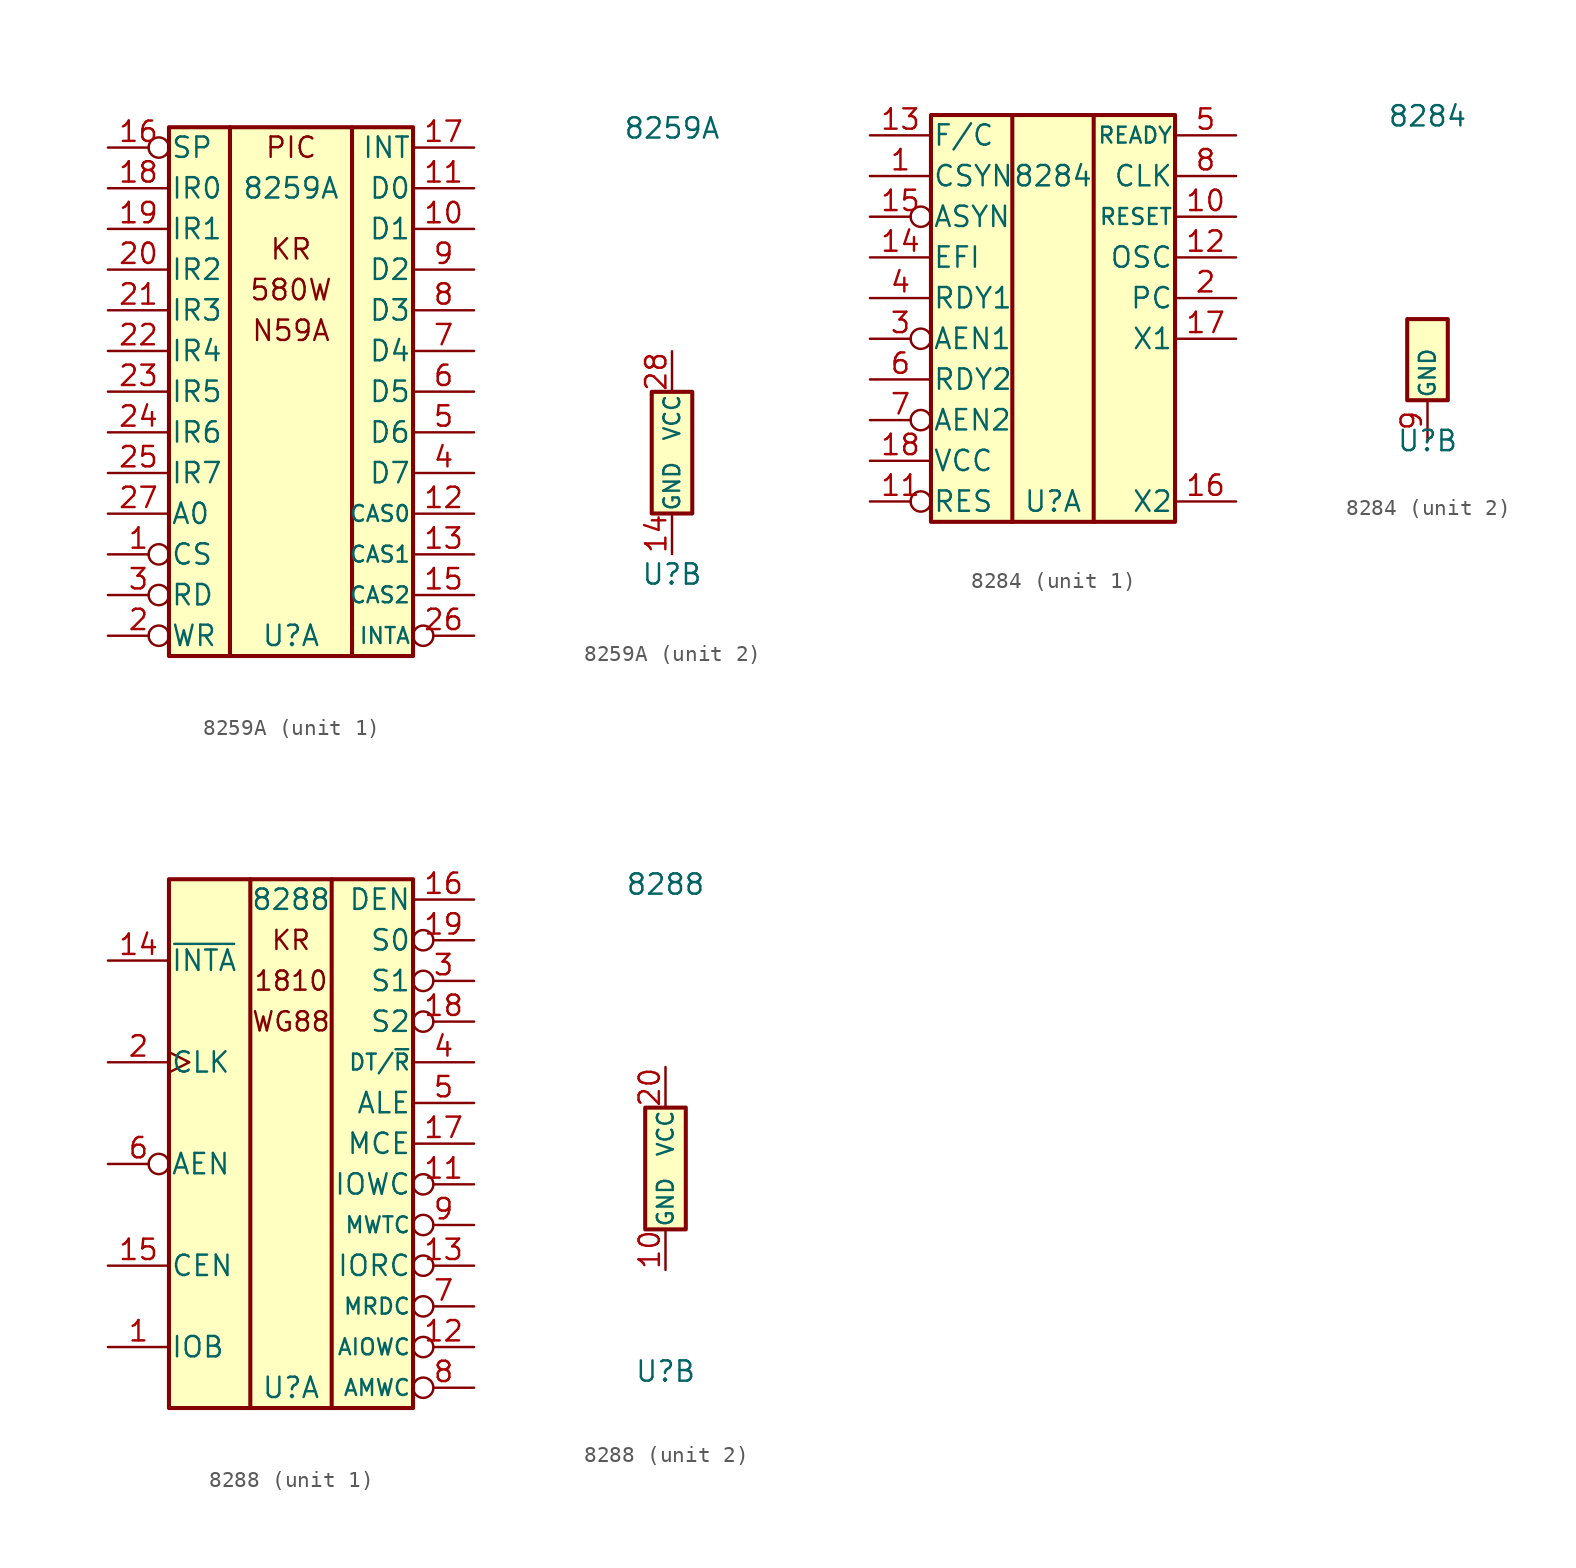
<source format=kicad_sym>
(kicad_symbol_lib
  (version 20211014)
  (generator kicad_symbol_editor)
  (symbol "8259A"
    (pin_names
      (offset 0.102))
    (property "Reference" "U"
      (at 0 -7.62 0)
      (effects (font (size 1.27 1.27))))
    (property "Value" "8259A"
      (at 0 20.32 0)
      (effects (font (size 1.27 1.27))))
    (property "ki_locked" ""
      (at 0 0 0)
      (effects (font (size 1.27 1.27))))
    (symbol "8259A_1_0"
      (rectangle (start -3.81 24.13) (end -3.81 -8.89) (stroke (width 0.254) (type default) (color 0 0 0 0)) (fill (type none)))
      (rectangle (start 3.81 24.13) (end 3.81 -8.89) (stroke (width 0.254) (type default) (color 0 0 0 0)) (fill (type none)))
      (text "580W" (at 0 13.97 0) (effects (font (size 1.27 1.27))))
      (text "KR" (at 0 16.51 0) (effects (font (size 1.27 1.27))))
      (text "N59A" (at 0 11.43 0) (effects (font (size 1.27 1.27))))
      (text "PIC" (at 0 22.86 0) (effects (font (size 1.27 1.27)))))
    (symbol "8259A_1_1"
      (rectangle (start -7.62 24.13) (end 7.62 -8.89) (stroke (width 0.254) (type default) (color 0 0 0 0)) (fill (type background)))
      (pin input inverted (at -11.43 -2.54 0) (length 3.81) (name "CS" (effects (font (size 1.27 1.27)))) (number "1" (effects (font (size 1.27 1.27)))))
      (pin bidirectional line (at 11.43 17.78 180) (length 3.81) (name "D1" (effects (font (size 1.27 1.27)))) (number "10" (effects (font (size 1.27 1.27)))))
      (pin bidirectional line (at 11.43 20.32 180) (length 3.81) (name "D0" (effects (font (size 1.27 1.27)))) (number "11" (effects (font (size 1.27 1.27)))))
      (pin input line (at 11.43 0 180) (length 3.81) (name "CAS0" (effects (font (size 0.991 0.991)))) (number "12" (effects (font (size 1.27 1.27)))))
      (pin output line (at 11.43 -2.54 180) (length 3.81) (name "CAS1" (effects (font (size 0.991 0.991)))) (number "13" (effects (font (size 1.27 1.27)))))
      (pin output line (at 11.43 -5.08 180) (length 3.81) (name "CAS2" (effects (font (size 0.991 0.991)))) (number "15" (effects (font (size 1.27 1.27)))))
      (pin bidirectional inverted (at -11.43 22.86 0) (length 3.81) (name "SP" (effects (font (size 1.27 1.27)))) (number "16" (effects (font (size 1.27 1.27)))))
      (pin output line (at 11.43 22.86 180) (length 3.81) (name "INT" (effects (font (size 1.27 1.27)))) (number "17" (effects (font (size 1.27 1.27)))))
      (pin input line (at -11.43 20.32 0) (length 3.81) (name "IR0" (effects (font (size 1.27 1.27)))) (number "18" (effects (font (size 1.27 1.27)))))
      (pin input line (at -11.43 17.78 0) (length 3.81) (name "IR1" (effects (font (size 1.27 1.27)))) (number "19" (effects (font (size 1.27 1.27)))))
      (pin input inverted (at -11.43 -7.62 0) (length 3.81) (name "WR" (effects (font (size 1.27 1.27)))) (number "2" (effects (font (size 1.27 1.27)))))
      (pin input line (at -11.43 15.24 0) (length 3.81) (name "IR2" (effects (font (size 1.27 1.27)))) (number "20" (effects (font (size 1.27 1.27)))))
      (pin input line (at -11.43 12.7 0) (length 3.81) (name "IR3" (effects (font (size 1.27 1.27)))) (number "21" (effects (font (size 1.27 1.27)))))
      (pin input line (at -11.43 10.16 0) (length 3.81) (name "IR4" (effects (font (size 1.27 1.27)))) (number "22" (effects (font (size 1.27 1.27)))))
      (pin input line (at -11.43 7.62 0) (length 3.81) (name "IR5" (effects (font (size 1.27 1.27)))) (number "23" (effects (font (size 1.27 1.27)))))
      (pin input line (at -11.43 5.08 0) (length 3.81) (name "IR6" (effects (font (size 1.27 1.27)))) (number "24" (effects (font (size 1.27 1.27)))))
      (pin input line (at -11.43 2.54 0) (length 3.81) (name "IR7" (effects (font (size 1.27 1.27)))) (number "25" (effects (font (size 1.27 1.27)))))
      (pin input inverted (at 11.43 -7.62 180) (length 3.81) (name "INTA" (effects (font (size 0.991 0.991)))) (number "26" (effects (font (size 1.27 1.27)))))
      (pin input line (at -11.43 0 0) (length 3.81) (name "A0" (effects (font (size 1.27 1.27)))) (number "27" (effects (font (size 1.27 1.27)))))
      (pin input inverted (at -11.43 -5.08 0) (length 3.81) (name "RD" (effects (font (size 1.27 1.27)))) (number "3" (effects (font (size 1.27 1.27)))))
      (pin bidirectional line (at 11.43 2.54 180) (length 3.81) (name "D7" (effects (font (size 1.27 1.27)))) (number "4" (effects (font (size 1.27 1.27)))))
      (pin bidirectional line (at 11.43 5.08 180) (length 3.81) (name "D6" (effects (font (size 1.27 1.27)))) (number "5" (effects (font (size 1.27 1.27)))))
      (pin bidirectional line (at 11.43 7.62 180) (length 3.81) (name "D5" (effects (font (size 1.27 1.27)))) (number "6" (effects (font (size 1.27 1.27)))))
      (pin bidirectional line (at 11.43 10.16 180) (length 3.81) (name "D4" (effects (font (size 1.27 1.27)))) (number "7" (effects (font (size 1.27 1.27)))))
      (pin bidirectional line (at 11.43 12.7 180) (length 3.81) (name "D3" (effects (font (size 1.27 1.27)))) (number "8" (effects (font (size 1.27 1.27)))))
      (pin bidirectional line (at 11.43 15.24 180) (length 3.81) (name "D2" (effects (font (size 1.27 1.27)))) (number "9" (effects (font (size 1.27 1.27))))))
    (symbol "8259A_2_1"
      (rectangle (start -1.27 3.81) (end 1.27 -3.81) (stroke (width 0.254) (type default) (color 0 0 0 0)) (fill (type background)))
      (pin power_in line (at 0 -6.35 90) (length 2.54) (name "GND" (effects (font (size 0.991 0.991)))) (number "14" (effects (font (size 1.27 1.27)))))
      (pin power_in line (at 0 6.35 270) (length 2.54) (name "VCC" (effects (font (size 0.991 0.991)))) (number "28" (effects (font (size 1.27 1.27)))))))
  (symbol "8284"
    (pin_names
      (offset 0.102))
    (property "Reference" "U"
      (at 0 -5.08 0)
      (effects (font (size 1.27 1.27))))
    (property "Value" "8284"
      (at 0 15.24 0)
      (effects (font (size 1.27 1.27))))
    (symbol "8284_1_0"
      (rectangle (start -7.62 -6.35) (end 7.62 19.05) (stroke (width 0.254) (type default) (color 0 0 0 0)) (fill (type background)))
      (rectangle (start -2.54 19.05) (end -2.54 -6.35) (stroke (width 0.254) (type default) (color 0 0 0 0)) (fill (type none)))
      (rectangle (start 2.54 19.05) (end 2.54 -6.35) (stroke (width 0.254) (type default) (color 0 0 0 0)) (fill (type none))))
    (symbol "8284_1_1"
      (pin input line (at -11.43 15.24 0) (length 3.81) (name "CSYN" (effects (font (size 1.27 1.27)))) (number "1" (effects (font (size 1.27 1.27)))))
      (pin output line (at 11.43 12.7 180) (length 3.81) (name "RESET" (effects (font (size 0.991 0.991)))) (number "10" (effects (font (size 1.27 1.27)))))
      (pin input inverted (at -11.43 -5.08 0) (length 3.81) (name "RES" (effects (font (size 1.27 1.27)))) (number "11" (effects (font (size 1.27 1.27)))))
      (pin output line (at 11.43 10.16 180) (length 3.81) (name "OSC" (effects (font (size 1.27 1.27)))) (number "12" (effects (font (size 1.27 1.27)))))
      (pin input line (at -11.43 17.78 0) (length 3.81) (name "F/C" (effects (font (size 1.27 1.27)))) (number "13" (effects (font (size 1.27 1.27)))))
      (pin input line (at -11.43 10.16 0) (length 3.81) (name "EFI" (effects (font (size 1.27 1.27)))) (number "14" (effects (font (size 1.27 1.27)))))
      (pin input inverted (at -11.43 12.7 0) (length 3.81) (name "ASYN" (effects (font (size 1.27 1.27)))) (number "15" (effects (font (size 1.27 1.27)))))
      (pin output line (at 11.43 -5.08 180) (length 3.81) (name "X2" (effects (font (size 1.27 1.27)))) (number "16" (effects (font (size 1.27 1.27)))))
      (pin input line (at 11.43 5.08 180) (length 3.81) (name "X1" (effects (font (size 1.27 1.27)))) (number "17" (effects (font (size 1.27 1.27)))))
      (pin power_in line (at -11.43 -2.54 0) (length 3.81) (name "VCC" (effects (font (size 1.27 1.27)))) (number "18" (effects (font (size 1.27 1.27)))))
      (pin output line (at 11.43 7.62 180) (length 3.81) (name "PC" (effects (font (size 1.27 1.27)))) (number "2" (effects (font (size 1.27 1.27)))))
      (pin input inverted (at -11.43 5.08 0) (length 3.81) (name "AEN1" (effects (font (size 1.27 1.27)))) (number "3" (effects (font (size 1.27 1.27)))))
      (pin input line (at -11.43 7.62 0) (length 3.81) (name "RDY1" (effects (font (size 1.27 1.27)))) (number "4" (effects (font (size 1.27 1.27)))))
      (pin output line (at 11.43 17.78 180) (length 3.81) (name "READY" (effects (font (size 0.991 0.991)))) (number "5" (effects (font (size 1.27 1.27)))))
      (pin input line (at -11.43 2.54 0) (length 3.81) (name "RDY2" (effects (font (size 1.27 1.27)))) (number "6" (effects (font (size 1.27 1.27)))))
      (pin input inverted (at -11.43 0 0) (length 3.81) (name "AEN2" (effects (font (size 1.27 1.27)))) (number "7" (effects (font (size 1.27 1.27)))))
      (pin output line (at 11.43 15.24 180) (length 3.81) (name "CLK" (effects (font (size 1.27 1.27)))) (number "8" (effects (font (size 1.27 1.27))))))
    (symbol "8284_2_0"
      (rectangle (start -1.27 2.54) (end 1.27 -2.54) (stroke (width 0.254) (type default) (color 0 0 0 0)) (fill (type background))))
    (symbol "8284_2_1"
      (pin power_in line (at 0 -5.08 90) (length 2.54) (name "GND" (effects (font (size 0.991 0.991)))) (number "9" (effects (font (size 1.27 1.27)))))))
  (symbol "8288"
    (pin_names
      (offset 0.102))
    (property "Reference" "U"
      (at 0 -12.7 0)
      (effects (font (size 1.27 1.27))))
    (property "Value" "8288"
      (at 0 17.78 0)
      (effects (font (size 1.27 1.27))))
    (property "ki_locked" ""
      (at 0 0 0)
      (effects (font (size 1.27 1.27))))
    (symbol "8288_1_0"
      (rectangle (start -7.62 -13.97) (end 7.62 19.05) (stroke (width 0.254) (type default) (color 0 0 0 0)) (fill (type background)))
      (rectangle (start -2.54 19.05) (end -2.54 -13.97) (stroke (width 0.254) (type default) (color 0 0 0 0)) (fill (type none)))
      (rectangle (start 2.54 19.05) (end 2.54 -13.97) (stroke (width 0.254) (type default) (color 0 0 0 0)) (fill (type none)))
      (text "1810" (at 0 12.7 0) (effects (font (size 1.194 1.194))))
      (text "KR" (at 0 15.24 0) (effects (font (size 1.194 1.194))))
      (text "WG88" (at 0 10.16 0) (effects (font (size 1.194 1.194)))))
    (symbol "8288_1_1"
      (pin input line (at -11.43 -10.16 0) (length 3.81) (name "IOB" (effects (font (size 1.27 1.27)))) (number "1" (effects (font (size 1.27 1.27)))))
      (pin tri_state inverted (at 11.43 0 180) (length 3.81) (name "IOWC" (effects (font (size 1.27 1.27)))) (number "11" (effects (font (size 1.27 1.27)))))
      (pin tri_state inverted (at 11.43 -10.16 180) (length 3.81) (name "AIOWC" (effects (font (size 0.991 0.991)))) (number "12" (effects (font (size 1.27 1.27)))))
      (pin tri_state inverted (at 11.43 -5.08 180) (length 3.81) (name "IORC" (effects (font (size 1.27 1.27)))) (number "13" (effects (font (size 1.27 1.27)))))
      (pin tri_state line (at -11.43 13.97 0) (length 3.81) (name "~{INTA}" (effects (font (size 1.27 1.27)))) (number "14" (effects (font (size 1.27 1.27)))))
      (pin input line (at -11.43 -5.08 0) (length 3.81) (name "CEN" (effects (font (size 1.27 1.27)))) (number "15" (effects (font (size 1.27 1.27)))))
      (pin output line (at 11.43 17.78 180) (length 3.81) (name "DEN" (effects (font (size 1.27 1.27)))) (number "16" (effects (font (size 1.27 1.27)))))
      (pin output line (at 11.43 2.54 180) (length 3.81) (name "MCE" (effects (font (size 1.27 1.27)))) (number "17" (effects (font (size 1.27 1.27)))))
      (pin input inverted (at 11.43 10.16 180) (length 3.81) (name "S2" (effects (font (size 1.27 1.27)))) (number "18" (effects (font (size 1.27 1.27)))))
      (pin input inverted (at 11.43 15.24 180) (length 3.81) (name "S0" (effects (font (size 1.27 1.27)))) (number "19" (effects (font (size 1.27 1.27)))))
      (pin input clock (at -11.43 7.62 0) (length 3.81) (name "CLK" (effects (font (size 1.27 1.27)))) (number "2" (effects (font (size 1.27 1.27)))))
      (pin input inverted (at 11.43 12.7 180) (length 3.81) (name "S1" (effects (font (size 1.27 1.27)))) (number "3" (effects (font (size 1.27 1.27)))))
      (pin output line (at 11.43 7.62 180) (length 3.81) (name "DT/~{R}" (effects (font (size 0.991 0.991)))) (number "4" (effects (font (size 1.27 1.27)))))
      (pin output line (at 11.43 5.08 180) (length 3.81) (name "ALE" (effects (font (size 1.27 1.27)))) (number "5" (effects (font (size 1.27 1.27)))))
      (pin input inverted (at -11.43 1.27 0) (length 3.81) (name "AEN" (effects (font (size 1.27 1.27)))) (number "6" (effects (font (size 1.27 1.27)))))
      (pin tri_state inverted (at 11.43 -7.62 180) (length 3.81) (name "MRDC" (effects (font (size 0.991 0.991)))) (number "7" (effects (font (size 1.27 1.27)))))
      (pin tri_state inverted (at 11.43 -12.7 180) (length 3.81) (name "AMWC" (effects (font (size 0.991 0.991)))) (number "8" (effects (font (size 1.27 1.27)))))
      (pin tri_state inverted (at 11.43 -2.54 180) (length 3.81) (name "MWTC" (effects (font (size 0.991 0.991)))) (number "9" (effects (font (size 1.27 1.27))))))
    (symbol "8288_2_0"
      (rectangle (start -1.27 3.81) (end 1.27 -3.81) (stroke (width 0.254) (type default) (color 0 0 0 0)) (fill (type background))))
    (symbol "8288_2_1"
      (pin power_in line (at 0 -6.35 90) (length 2.54) (name "GND" (effects (font (size 0.991 0.991)))) (number "10" (effects (font (size 1.27 1.27)))))
      (pin power_in line (at 0 6.35 270) (length 2.54) (name "VCC" (effects (font (size 0.991 0.991)))) (number "20" (effects (font (size 1.27 1.27))))))))
</source>
